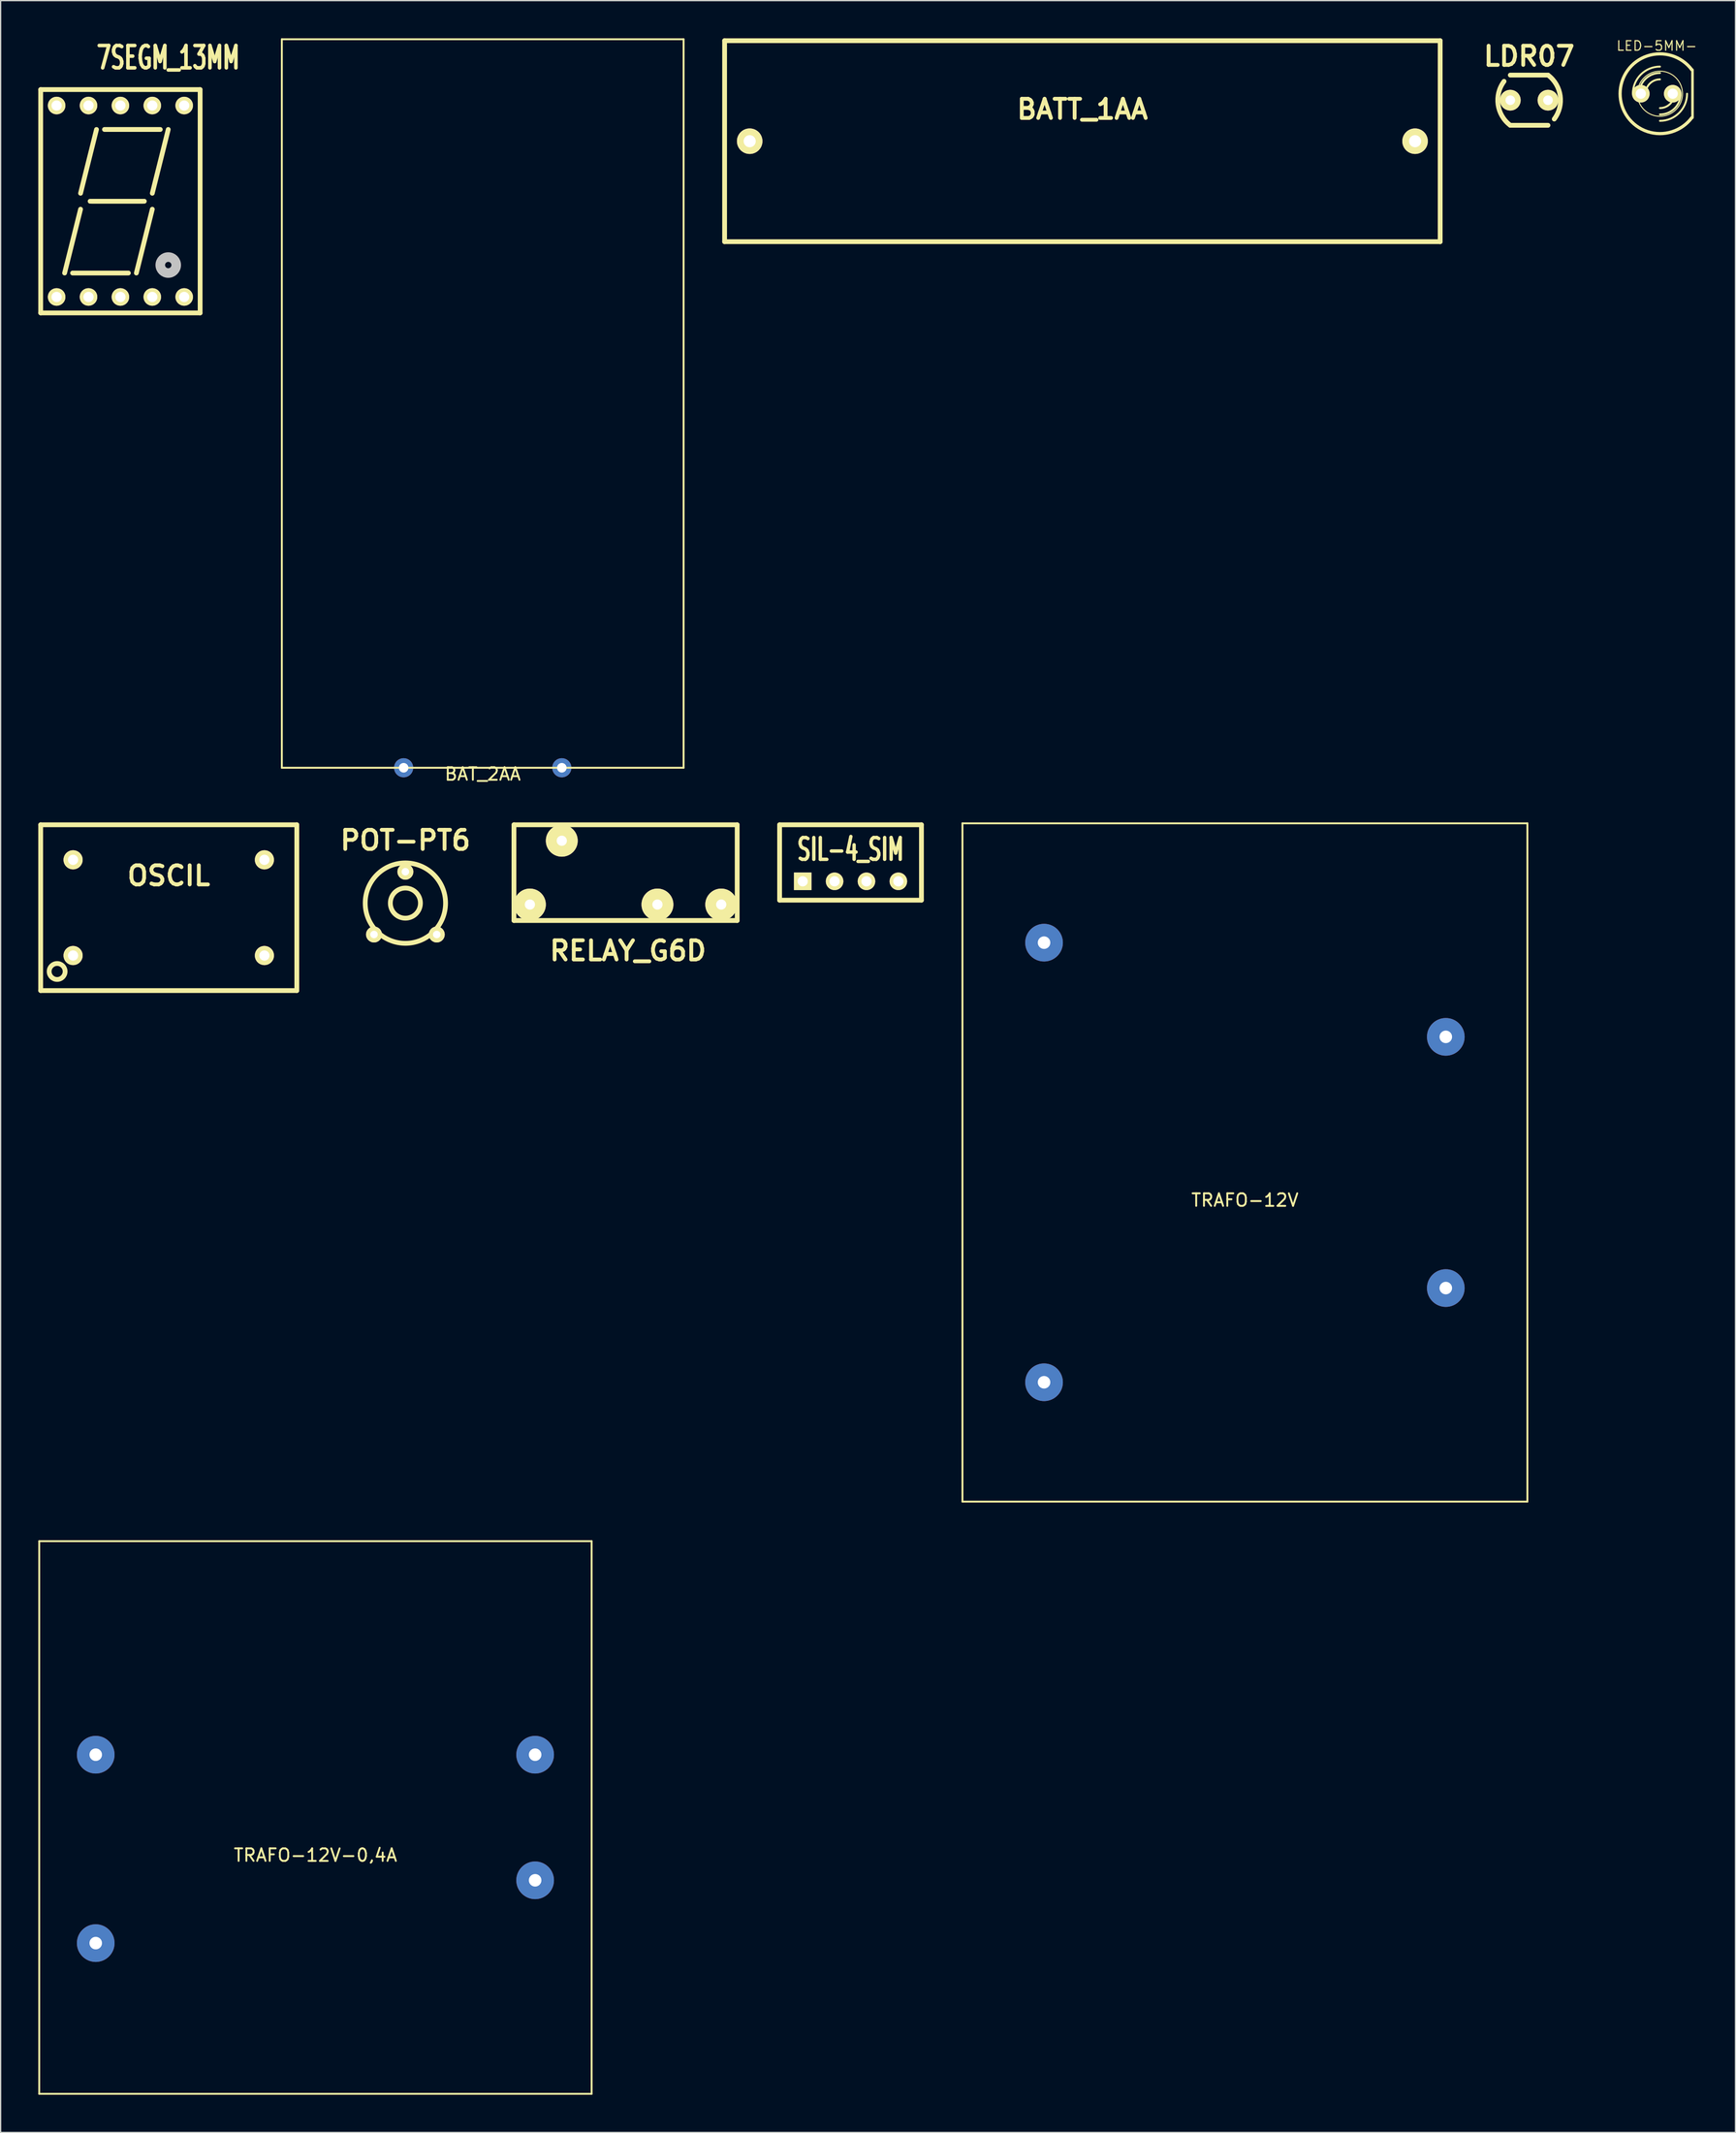
<source format=kicad_pcb>
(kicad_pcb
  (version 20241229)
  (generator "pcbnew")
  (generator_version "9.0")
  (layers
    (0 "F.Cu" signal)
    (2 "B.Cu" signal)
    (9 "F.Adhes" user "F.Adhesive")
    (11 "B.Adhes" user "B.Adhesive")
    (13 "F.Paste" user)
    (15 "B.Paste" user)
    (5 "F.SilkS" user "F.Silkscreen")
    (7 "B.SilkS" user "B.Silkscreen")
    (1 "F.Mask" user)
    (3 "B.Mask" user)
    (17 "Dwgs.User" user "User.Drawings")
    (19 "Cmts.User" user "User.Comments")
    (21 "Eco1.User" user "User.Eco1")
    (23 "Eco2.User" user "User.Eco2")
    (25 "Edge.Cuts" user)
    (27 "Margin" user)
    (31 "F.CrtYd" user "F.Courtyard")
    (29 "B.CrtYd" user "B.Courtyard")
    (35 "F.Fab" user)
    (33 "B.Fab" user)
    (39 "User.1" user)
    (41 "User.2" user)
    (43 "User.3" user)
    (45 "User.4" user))
  (footprint "TRAFO-12V-0,4A"
    (layer "F.Cu")
    (at 22.075 141.648)
    (property "Reference" "TRAFO-12V-0,4A" (at 0 3 0) (layer "F.SilkS") (effects (font (size 1 1) (thickness 0.15))))
    (attr through_hole)
    (fp_line (start -22 -22) (end 22 -22) (stroke (width 0.15) (type solid)) (layer "F.SilkS"))
    (fp_line (start -22 22) (end -22 -22) (stroke (width 0.15) (type solid)) (layer "F.SilkS"))
    (fp_line (start 22 -22) (end 22 22) (stroke (width 0.15) (type solid)) (layer "F.SilkS"))
    (fp_line (start 22 22) (end -22 22) (stroke (width 0.15) (type solid)) (layer "F.SilkS"))
    (pad "1" thru_hole circle (at -17.5 -5) (size 3 3) (drill 1) (layers "*.Cu" "*.Mask"))
    (pad "2" thru_hole circle (at -17.5 10) (size 3 3) (drill 1) (layers "*.Cu" "*.Mask"))
    (pad "3" thru_hole circle (at 17.5 5) (size 3 3) (drill 1) (layers "*.Cu" "*.Mask"))
    (pad "4" thru_hole circle (at 17.5 -5) (size 3 3) (drill 1) (layers "*.Cu" "*.Mask")))
  (footprint "RELAY_G6D"
    (layer "F.Cu")
    (at 46.778 66.424)
    (property "Reference" "RELAY_G6D" (at 0.191 6.223 0) (layer "F.SilkS") (effects (font (size 1.524 1.524) (thickness 0.305))))
    (attr through_hole)
    (fp_line (start -8.89 -3.81) (end -8.89 3.81) (stroke (width 0.381) (type solid)) (layer "F.SilkS"))
    (fp_line (start -8.89 3.81) (end 8.89 3.81) (stroke (width 0.381) (type solid)) (layer "F.SilkS"))
    (fp_line (start 8.89 -3.81) (end -8.89 -3.81) (stroke (width 0.381) (type solid)) (layer "F.SilkS"))
    (fp_line (start 8.89 3.81) (end 8.89 -3.81) (stroke (width 0.381) (type solid)) (layer "F.SilkS"))
    (pad "1" thru_hole circle (at -7.62 2.54) (size 2.54 2.54) (drill 0.813) (layers "*.Cu" "*.Mask" "F.SilkS"))
    (pad "5" thru_hole circle (at 2.54 2.54) (size 2.54 2.54) (drill 0.813) (layers "*.Cu" "*.Mask" "F.SilkS"))
    (pad "7" thru_hole circle (at 7.62 2.54) (size 2.54 2.54) (drill 0.813) (layers "*.Cu" "*.Mask" "F.SilkS"))
    (pad "13" thru_hole circle (at -5.08 -2.54) (size 2.54 2.54) (drill 0.813) (layers "*.Cu" "*.Mask" "F.SilkS")))
  (footprint "BATT_1AA"
    (layer "F.Cu")
    (at 83.165 8.191)
    (property "Reference" "BATT_1AA" (at 0 -2.54 0) (layer "F.SilkS") (effects (font (size 1.524 1.524) (thickness 0.305))))
    (attr through_hole)
    (fp_line (start -28.499 -8.001) (end -28.499 8.001) (stroke (width 0.381) (type solid)) (layer "F.SilkS"))
    (fp_line (start -28.499 -8.001) (end 28.499 -8.001) (stroke (width 0.381) (type solid)) (layer "F.SilkS"))
    (fp_line (start 28.499 -8.001) (end 28.499 8.001) (stroke (width 0.381) (type solid)) (layer "F.SilkS"))
    (fp_line (start 28.499 8.001) (end -28.499 8.001) (stroke (width 0.381) (type solid)) (layer "F.SilkS"))
    (pad "1" thru_hole circle (at -26.5 0) (size 2.032 2.032) (drill 0.965) (layers "*.Cu" "*.Mask" "F.SilkS"))
    (pad "2" thru_hole circle (at 26.5 0) (size 2.032 2.032) (drill 0.965) (layers "*.Cu" "*.Mask" "F.SilkS")))
  (footprint "7SEGM_13MM"
    (layer "F.Cu")
    (at 10.351 12.972)
    (property "Reference" "7SEGM_13MM" (at 0 -11.43 0) (layer "F.SilkS") (effects (font (size 1.778 1.143) (thickness 0.287))))
    (attr through_hole)
    (fp_line (start -10.16 -8.89) (end -10.16 8.89) (stroke (width 0.381) (type solid)) (layer "F.SilkS"))
    (fp_line (start -10.16 8.89) (end 2.54 8.89) (stroke (width 0.381) (type solid)) (layer "F.SilkS"))
    (fp_line (start -7.62 5.715) (end -3.175 5.715) (stroke (width 0.381) (type solid)) (layer "F.SilkS"))
    (fp_line (start -6.985 -0.635) (end -5.715 -5.715) (stroke (width 0.381) (type solid)) (layer "F.SilkS"))
    (fp_line (start -6.985 0.635) (end -8.255 5.715) (stroke (width 0.381) (type solid)) (layer "F.SilkS"))
    (fp_line (start -6.223 0) (end -1.905 0) (stroke (width 0.381) (type solid)) (layer "F.SilkS"))
    (fp_line (start -6.096 0) (end -2.032 0) (stroke (width 0.381) (type solid)) (layer "F.SilkS"))
    (fp_line (start -5.08 -5.715) (end -0.635 -5.715) (stroke (width 0.381) (type solid)) (layer "F.SilkS"))
    (fp_line (start -1.27 -0.635) (end 0 -5.715) (stroke (width 0.381) (type solid)) (layer "F.SilkS"))
    (fp_line (start -1.27 0.635) (end -2.54 5.715) (stroke (width 0.381) (type solid)) (layer "F.SilkS"))
    (fp_line (start 2.54 -8.89) (end -10.16 -8.89) (stroke (width 0.381) (type solid)) (layer "F.SilkS"))
    (fp_line (start 2.54 8.89) (end 2.54 -8.89) (stroke (width 0.381) (type solid)) (layer "F.SilkS"))
    (fp_circle (center 0 5.08) (end 0.635 5.08) (stroke (width 0.762) (type solid)) (fill no) (layer "Dwgs.User"))
    (pad "1" thru_hole circle (at -8.89 7.62) (size 1.397 1.397) (drill 0.813) (layers "*.Cu" "*.Mask" "F.SilkS"))
    (pad "2" thru_hole circle (at -6.35 7.62) (size 1.397 1.397) (drill 0.813) (layers "*.Cu" "*.Mask" "F.SilkS"))
    (pad "3" thru_hole circle (at -3.81 7.62) (size 1.397 1.397) (drill 0.813) (layers "*.Cu" "*.Mask" "F.SilkS"))
    (pad "4" thru_hole circle (at -1.27 7.62) (size 1.397 1.397) (drill 0.813) (layers "*.Cu" "*.Mask" "F.SilkS"))
    (pad "5" thru_hole circle (at 1.27 7.62) (size 1.397 1.397) (drill 0.813) (layers "*.Cu" "*.Mask" "F.SilkS"))
    (pad "6" thru_hole circle (at 1.27 -7.62) (size 1.397 1.397) (drill 0.813) (layers "*.Cu" "*.Mask" "F.SilkS"))
    (pad "7" thru_hole circle (at -1.27 -7.62) (size 1.397 1.397) (drill 0.813) (layers "*.Cu" "*.Mask" "F.SilkS"))
    (pad "8" thru_hole circle (at -3.81 -7.62) (size 1.397 1.397) (drill 0.813) (layers "*.Cu" "*.Mask" "F.SilkS"))
    (pad "9" thru_hole circle (at -6.35 -7.62) (size 1.397 1.397) (drill 0.813) (layers "*.Cu" "*.Mask" "F.SilkS"))
    (pad "10" thru_hole circle (at -8.89 -7.62) (size 1.397 1.397) (drill 0.813) (layers "*.Cu" "*.Mask" "F.SilkS")))
  (footprint "LED-5MM-"
    (layer "F.Cu")
    (at 128.917 4.412)
    (property "Reference" "LED-5MM-" (at 0 -3.81 0) (layer "F.SilkS") (effects (font (size 0.762 0.762) (thickness 0.089))))
    (attr exclude_from_pos_files exclude_from_bom)
    (fp_line (start 2.845 1.905) (end 2.845 -1.905) (stroke (width 0.203) (type solid)) (layer "F.SilkS"))
    (fp_arc (start -1.905 0) (mid -1.272644 -1.526644) (end 0.254 -2.159) (stroke (width 0.1524) (type solid)) (layer "F.SilkS"))
    (fp_arc (start -1.397 0) (mid -0.913433 -1.167433) (end 0.254 -1.651) (stroke (width 0.1524) (type solid)) (layer "F.SilkS"))
    (fp_arc (start -0.889 0) (mid -0.554223 -0.808223) (end 0.254 -1.143) (stroke (width 0.1524) (type solid)) (layer "F.SilkS"))
    (fp_arc (start 1.397 0) (mid 1.062223 0.808223) (end 0.254 1.143) (stroke (width 0.1524) (type solid)) (layer "F.SilkS"))
    (fp_arc (start 1.905 0) (mid 1.421433 1.167433) (end 0.254 1.651) (stroke (width 0.1524) (type solid)) (layer "F.SilkS"))
    (fp_arc (start 2.413 0) (mid 1.780644 1.526644) (end 0.254 2.159) (stroke (width 0.1524) (type solid)) (layer "F.SilkS"))
    (fp_arc (start 2.794 1.905) (mid -2.921 0.001668) (end 2.791997 -1.907668) (stroke (width 0.254) (type solid)) (layer "F.SilkS"))
    (fp_circle (center 0.254 0) (end -1.016 1.27) (stroke (width 0.076) (type solid)) (fill no) (layer "F.SilkS"))
    (pad "1" thru_hole circle (at -1.27 0) (size 1.397 1.397) (drill 0.813) (layers "*.Cu" "F.Mask" "F.SilkS" "F.Paste"))
    (pad "2" thru_hole circle (at 1.27 0) (size 1.397 1.397) (drill 0.813) (layers "*.Cu" "F.Mask" "F.SilkS" "F.Paste")))
  (footprint "OSCIL"
    (layer "F.Cu")
    (at 10.391 69.213)
    (property "Reference" "OSCIL" (at 0 -2.54 0) (layer "F.SilkS") (effects (font (size 1.524 1.524) (thickness 0.305))))
    (attr through_hole)
    (fp_line (start -10.201 -6.599) (end 10.201 -6.599) (stroke (width 0.381) (type solid)) (layer "F.SilkS"))
    (fp_line (start -10.201 6.599) (end -10.201 -6.599) (stroke (width 0.381) (type solid)) (layer "F.SilkS"))
    (fp_line (start 10.201 -6.599) (end 10.201 6.599) (stroke (width 0.381) (type solid)) (layer "F.SilkS"))
    (fp_line (start 10.201 6.599) (end -10.201 6.599) (stroke (width 0.381) (type solid)) (layer "F.SilkS"))
    (fp_circle (center -8.89 5.08) (end -8.255 5.08) (stroke (width 0.381) (type solid)) (fill no) (layer "F.SilkS"))
    (pad "1" thru_hole circle (at -7.62 3.81) (size 1.524 1.524) (drill 0.813) (layers "*.Cu" "*.Mask" "F.SilkS"))
    (pad "7" thru_hole circle (at 7.62 3.81) (size 1.524 1.524) (drill 0.813) (layers "*.Cu" "*.Mask" "F.SilkS"))
    (pad "8" thru_hole circle (at 7.62 -3.81) (size 1.524 1.524) (drill 0.813) (layers "*.Cu" "*.Mask" "F.SilkS"))
    (pad "14" thru_hole circle (at -7.62 -3.81) (size 1.524 1.524) (drill 0.813) (layers "*.Cu" "*.Mask" "F.SilkS")))
  (footprint "LDR07"
    (layer "F.Cu")
    (at 118.751 4.927)
    (property "Reference" "LDR07" (at 0 -3.5 0) (layer "F.SilkS") (effects (font (size 1.524 1.524) (thickness 0.305))))
    (attr through_hole)
    (fp_line (start -1.501 -1.999) (end 1.501 -1.999) (stroke (width 0.381) (type solid)) (layer "F.SilkS"))
    (fp_line (start -1.501 1.999) (end 1.501 1.999) (stroke (width 0.381) (type solid)) (layer "F.SilkS"))
    (fp_arc (start -1.50114 1.99898) (mid -2.474959 0.352026) (end -1.99898 -1.50114) (stroke (width 0.381) (type solid)) (layer "F.SilkS"))
    (fp_arc (start 1.50114 -1.99898) (mid 2.474959 -0.352026) (end 1.99898 1.50114) (stroke (width 0.381) (type solid)) (layer "F.SilkS"))
    (pad "1" thru_hole circle (at 1.501 0) (size 1.651 1.651) (drill 0.762) (layers "*.Cu" "*.Mask" "F.SilkS"))
    (pad "3" thru_hole circle (at -1.501 0) (size 1.651 1.651) (drill 0.762) (layers "*.Cu" "*.Mask" "F.SilkS")))
  (footprint "BAT_2AA"
    (layer "F.Cu")
    (at 35.4 58.075)
    (property "Reference" "BAT_2AA" (at 0 0.5 0) (layer "F.SilkS") (effects (font (size 1 1) (thickness 0.15))))
    (attr through_hole)
    (fp_line (start -16 -58) (end -16 0) (stroke (width 0.15) (type solid)) (layer "F.SilkS"))
    (fp_line (start -16 0) (end 16 0) (stroke (width 0.15) (type solid)) (layer "F.SilkS"))
    (fp_line (start 16 -58) (end -16 -58) (stroke (width 0.15) (type solid)) (layer "F.SilkS"))
    (fp_line (start 16 0) (end 16 -58) (stroke (width 0.15) (type solid)) (layer "F.SilkS"))
    (pad "1" thru_hole circle (at -6.3 0) (size 1.524 1.524) (drill 0.762) (layers "*.Cu" "*.Mask"))
    (pad "2" thru_hole circle (at 6.3 0) (size 1.524 1.524) (drill 0.762) (layers "*.Cu" "*.Mask")))
  (footprint "TRAFO-12V"
    (layer "F.Cu")
    (at 96.112 89.498)
    (property "Reference" "TRAFO-12V" (at 0 3 0) (layer "F.SilkS") (effects (font (size 1 1) (thickness 0.15))))
    (attr through_hole)
    (fp_line (start -22.5 -27) (end 22.5 -27) (stroke (width 0.15) (type solid)) (layer "F.SilkS"))
    (fp_line (start -22.5 27) (end -22.5 -27) (stroke (width 0.15) (type solid)) (layer "F.SilkS"))
    (fp_line (start 22.5 -27) (end 22.5 27) (stroke (width 0.15) (type solid)) (layer "F.SilkS"))
    (fp_line (start 22.5 27) (end -22.5 27) (stroke (width 0.15) (type solid)) (layer "F.SilkS"))
    (pad "1" thru_hole circle (at -16 -17.5) (size 3 3) (drill 1) (layers "*.Cu" "*.Mask"))
    (pad "2" thru_hole circle (at -16 17.5) (size 3 3) (drill 1) (layers "*.Cu" "*.Mask"))
    (pad "3" thru_hole circle (at 16 10) (size 3 3) (drill 1) (layers "*.Cu" "*.Mask"))
    (pad "4" thru_hole circle (at 16 -10) (size 3 3) (drill 1) (layers "*.Cu" "*.Mask")))
  (footprint "POT-PT6"
    (layer "F.Cu")
    (at 29.24 68.851)
    (property "Reference" "POT-PT6" (at 0 -5.001 0) (layer "F.SilkS") (effects (font (size 1.524 1.524) (thickness 0.305))))
    (attr through_hole)
    (fp_circle (center 0 0) (end 0 -3.2) (stroke (width 0.381) (type solid)) (fill no) (layer "F.SilkS"))
    (fp_circle (center 0 0) (end 0 -1.199) (stroke (width 0.381) (type solid)) (fill no) (layer "F.SilkS"))
    (pad "1" thru_hole circle (at -2.499 2.499) (size 1.27 1.27) (drill 0.599) (layers "*.Cu" "*.Mask" "F.SilkS"))
    (pad "2" thru_hole circle (at 0 -2.499) (size 1.27 1.27) (drill 0.597) (layers "*.Cu" "*.Mask" "F.SilkS"))
    (pad "3" thru_hole circle (at 2.499 2.499) (size 1.27 1.27) (drill 0.599) (layers "*.Cu" "*.Mask" "F.SilkS")))
  (footprint "SIL-4_SIM"
    (layer "F.Cu")
    (at 64.697 67.115)
    (property "Reference" "SIL-4_SIM" (at 0 -2.54 0) (layer "F.SilkS") (effects (font (size 1.735 1.087) (thickness 0.272))))
    (attr through_hole)
    (fp_line (start -5.649 -4.501) (end 5.649 -4.501) (stroke (width 0.381) (type solid)) (layer "F.SilkS"))
    (fp_line (start -5.649 1.499) (end -5.649 -4.501) (stroke (width 0.381) (type solid)) (layer "F.SilkS"))
    (fp_line (start 5.649 -4.501) (end 5.649 1.499) (stroke (width 0.381) (type solid)) (layer "F.SilkS"))
    (fp_line (start 5.649 1.501) (end -5.649 1.501) (stroke (width 0.381) (type solid)) (layer "F.SilkS"))
    (pad "1" thru_hole rect (at -3.81 0) (size 1.397 1.397) (drill 0.813) (layers "*.Cu" "*.Mask" "F.SilkS"))
    (pad "2" thru_hole circle (at -1.27 0) (size 1.397 1.397) (drill 0.813) (layers "*.Cu" "*.Mask" "F.SilkS"))
    (pad "3" thru_hole circle (at 1.27 0) (size 1.397 1.397) (drill 0.813) (layers "*.Cu" "*.Mask" "F.SilkS"))
    (pad "4" thru_hole circle (at 3.81 0) (size 1.397 1.397) (drill 0.813) (layers "*.Cu" "*.Mask" "F.SilkS")))
  (gr_rect
    (start -3 -3)
    (end 135.185 166.723)
    (stroke (width 0.1) (type default))
    (fill no)
    (layer "Edge.Cuts")))
</source>
